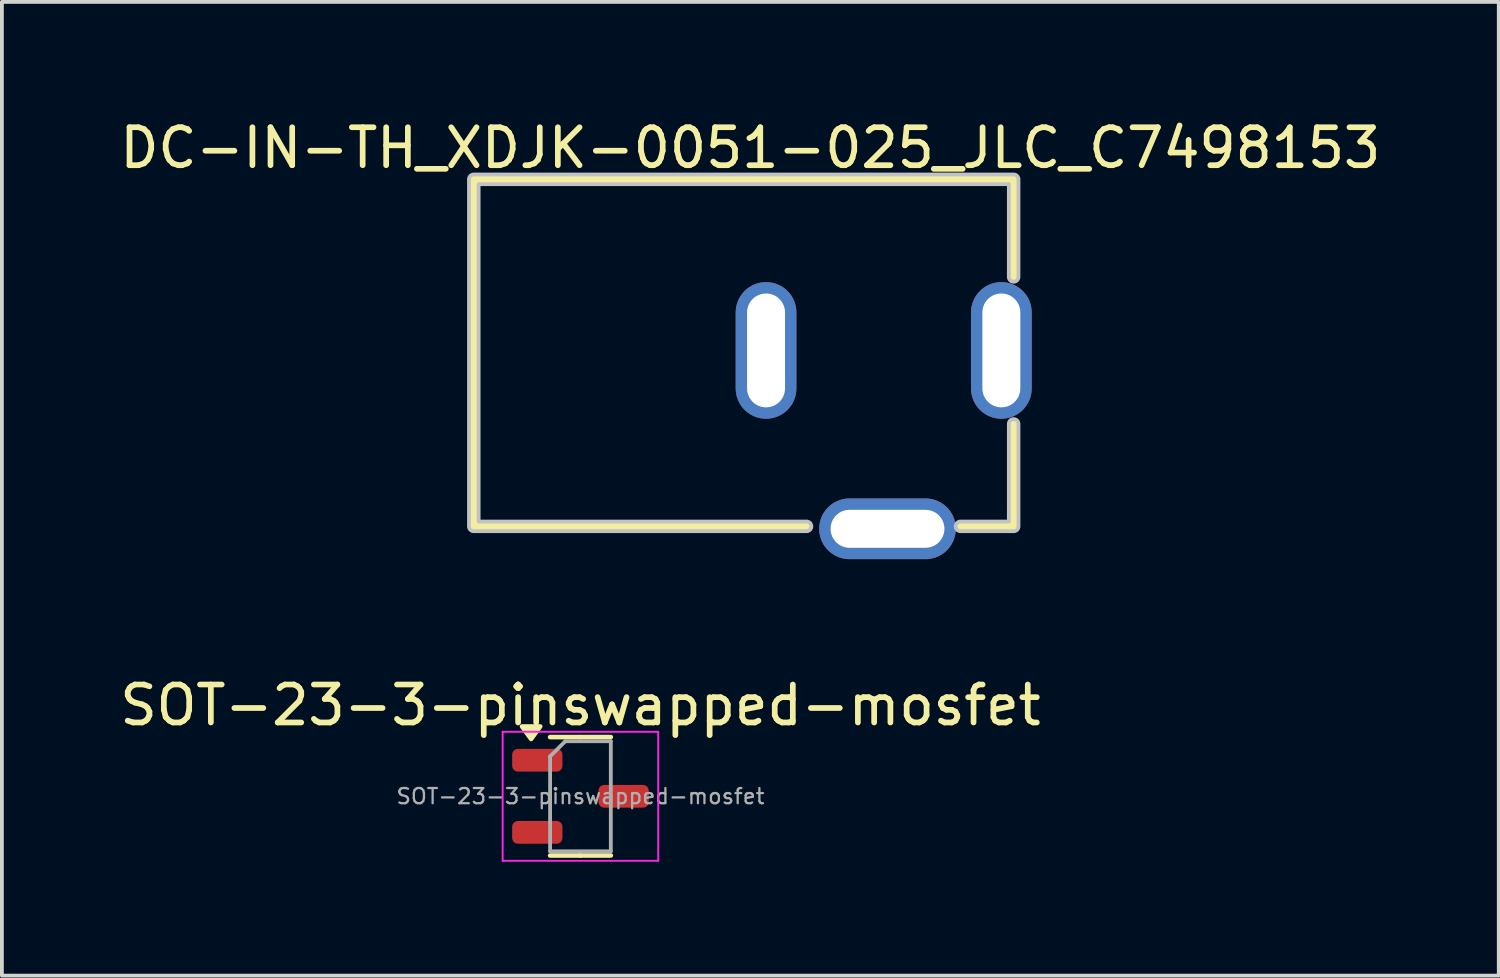
<source format=kicad_pcb>
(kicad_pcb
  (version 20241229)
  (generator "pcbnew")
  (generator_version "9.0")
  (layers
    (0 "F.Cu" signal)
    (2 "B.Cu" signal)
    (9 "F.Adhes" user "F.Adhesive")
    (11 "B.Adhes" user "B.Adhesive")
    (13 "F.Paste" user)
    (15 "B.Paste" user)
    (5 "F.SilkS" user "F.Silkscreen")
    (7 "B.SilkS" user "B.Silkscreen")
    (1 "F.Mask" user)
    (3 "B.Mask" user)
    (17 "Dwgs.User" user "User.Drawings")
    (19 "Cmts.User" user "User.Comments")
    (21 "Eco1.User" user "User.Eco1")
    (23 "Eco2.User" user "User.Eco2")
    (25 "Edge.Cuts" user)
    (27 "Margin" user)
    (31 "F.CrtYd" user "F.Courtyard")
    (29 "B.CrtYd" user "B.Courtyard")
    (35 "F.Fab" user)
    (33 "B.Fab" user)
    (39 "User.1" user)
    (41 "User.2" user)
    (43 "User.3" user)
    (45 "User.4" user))
  (footprint "SOT-23-3-pinswapped-mosfet"
    (layer "F.Cu")
    (at 12.244 17.931)
    (property "Reference" "SOT-23-3-pinswapped-mosfet" (at 0 -2.4 0) (layer "F.SilkS") (effects (font (size 1 1) (thickness 0.15))))
    (attr smd)
    (fp_line (start 0 -1.56) (end -0.8 -1.56) (stroke (width 0.12) (type solid)) (layer "F.SilkS"))
    (fp_line (start 0 -1.56) (end 0.8 -1.56) (stroke (width 0.12) (type solid)) (layer "F.SilkS"))
    (fp_line (start 0 1.56) (end -0.8 1.56) (stroke (width 0.12) (type solid)) (layer "F.SilkS"))
    (fp_line (start 0 1.56) (end 0.8 1.56) (stroke (width 0.12) (type solid)) (layer "F.SilkS"))
    (fp_poly (pts (xy -1.3 -1.51) (xy -1.54 -1.84) (xy -1.06 -1.84) (xy -1.3 -1.51)) (stroke (width 0.12) (type solid)) (fill yes) (layer "F.SilkS"))
    (fp_line (start -2.05 -1.7) (end -2.05 1.7) (stroke (width 0.05) (type solid)) (layer "F.CrtYd"))
    (fp_line (start -2.05 1.7) (end 2.05 1.7) (stroke (width 0.05) (type solid)) (layer "F.CrtYd"))
    (fp_line (start 2.05 -1.7) (end -2.05 -1.7) (stroke (width 0.05) (type solid)) (layer "F.CrtYd"))
    (fp_line (start 2.05 1.7) (end 2.05 -1.7) (stroke (width 0.05) (type solid)) (layer "F.CrtYd"))
    (fp_line (start -0.8 -1.05) (end -0.4 -1.45) (stroke (width 0.1) (type solid)) (layer "F.Fab"))
    (fp_line (start -0.8 1.45) (end -0.8 -1.05) (stroke (width 0.1) (type solid)) (layer "F.Fab"))
    (fp_line (start -0.4 -1.45) (end 0.8 -1.45) (stroke (width 0.1) (type solid)) (layer "F.Fab"))
    (fp_line (start 0.8 -1.45) (end 0.8 1.45) (stroke (width 0.1) (type solid)) (layer "F.Fab"))
    (fp_line (start 0.8 1.45) (end -0.8 1.45) (stroke (width 0.1) (type solid)) (layer "F.Fab"))
    (fp_text user "${REFERENCE}" (at 0 0 0) (layer "F.Fab") (effects (font (size 0.4 0.4) (thickness 0.06))))
    (pad "1" smd roundrect (at -1.137 -0.95) (size 1.325 0.6) (layers "F.Cu" "F.Mask" "F.Paste") (roundrect_rratio 0.25))
    (pad "2" smd roundrect (at 1.137 0) (size 1.325 0.6) (layers "F.Cu" "F.Mask" "F.Paste") (roundrect_rratio 0.25))
    (pad "3" smd roundrect (at -1.137 0.95) (size 1.325 0.6) (layers "F.Cu" "F.Mask" "F.Paste") (roundrect_rratio 0.25)))
  (footprint "DC-IN-TH_XDJK-0051-025_JLC_C7498153"
    (layer "F.Cu")
    (at 20.234 8.533)
    (property "Reference" "DC-IN-TH_XDJK-0051-025_JLC_C7498153" (at -3.514 -7.685 0) (layer "F.SilkS") (effects (font (size 1 1) (thickness 0.15))))
    (fp_line (start -10.8 -6.858) (end -10.8 2.286) (stroke (width 0.254) (type default)) (layer "F.SilkS"))
    (fp_line (start -10.8 2.286) (end -2.034 2.286) (stroke (width 0.254) (type default)) (layer "F.SilkS"))
    (fp_line (start 2.024 2.286) (end 3.424 2.286) (stroke (width 0.254) (type default)) (layer "F.SilkS"))
    (fp_line (start 3.424 -6.858) (end -10.8 -6.858) (stroke (width 0.254) (type default)) (layer "F.SilkS"))
    (fp_line (start 3.424 -4.287) (end 3.424 -6.858) (stroke (width 0.254) (type default)) (layer "F.SilkS"))
    (fp_line (start 3.424 2.286) (end 3.424 -0.412) (stroke (width 0.254) (type default)) (layer "F.SilkS"))
    (fp_poly (pts (arc (start 2.024 2.413) (mid 1.897 2.286) (end 2.024 2.159)) (xy 3.297 2.159) (arc (start 3.297 -0.4125) (mid 3.424 -0.5395) (end 3.551 -0.4125)) (arc (start 3.551 2.286) (mid 3.513803 2.375803) (end 3.424 2.413))) (stroke (width 0.1) (type default)) (fill no) (layer "Dwgs.User"))
    (fp_poly (pts (arc (start 3.551 -4.2875) (mid 3.424 -4.1605) (end 3.297 -4.2875)) (xy 3.297 -6.731) (xy -10.673 -6.731) (xy -10.673 2.159) (arc (start -2.034 2.159) (mid -1.907 2.286) (end -2.034 2.413)) (arc (start -10.8 2.413) (mid -10.889803 2.375803) (end -10.927 2.286)) (arc (start -10.927 -6.858) (mid -10.889803 -6.947803) (end -10.8 -6.985)) (arc (start 3.424 -6.985) (mid 3.513803 -6.947803) (end 3.551 -6.858))) (stroke (width 0.1) (type default)) (fill no) (layer "Dwgs.User"))
    (fp_poly (pts (xy -3.35 -3.6) (xy -2.85 -3.6) (xy -2.85 -1.1) (xy -3.35 -1.1)) (stroke (width 0.1) (type default)) (fill no) (layer "User.1"))
    (fp_poly (pts (xy -1.15 2.1) (xy 1.35 2.1) (xy 1.35 2.6) (xy -1.15 2.6)) (stroke (width 0.1) (type default)) (fill no) (layer "User.1"))
    (fp_poly (pts (xy 2.85 -3.6) (xy 3.35 -3.6) (xy 3.35 -1.1) (xy 2.85 -1.1)) (stroke (width 0.1) (type default)) (fill no) (layer "User.1"))
    (fp_line (start -10.705 -6.85) (end 3.395 -6.85) (stroke (width 0.051) (type default)) (layer "User.2"))
    (fp_line (start -10.705 2.15) (end -10.705 -6.85) (stroke (width 0.051) (type default)) (layer "User.2"))
    (fp_line (start 3.395 -6.85) (end 3.395 2.15) (stroke (width 0.051) (type default)) (layer "User.2"))
    (fp_line (start 3.395 2.15) (end -10.705 2.15) (stroke (width 0.051) (type default)) (layer "User.2"))
    (fp_poly (pts (xy -10.65 -6.873) (xy -10.682 -6.905) (xy -10.728 -6.905) (xy -10.76 -6.873) (xy -10.76 -6.827) (xy -10.728 -6.795) (xy -10.682 -6.795) (xy -10.65 -6.827)) (stroke (width 0.1) (type default)) (fill no) (layer "User.3"))
    (pad "1" thru_hole oval (at 3.1 -2.35) (size 1.6 3.6) (drill oval 1 3) (layers "*.Cu" "*.Mask"))
    (pad "2" thru_hole oval (at -3.1 -2.35 180) (size 1.6 3.6) (drill oval 1 3) (layers "*.Cu" "*.Mask"))
    (pad "3" thru_hole oval (at 0.1 2.35 180) (size 3.6 1.6) (drill oval 3 1) (layers "*.Cu" "*.Mask")))
  (gr_rect
    (start -3 -3)
    (end 36.44 22.657)
    (stroke (width 0.1) (type default))
    (fill no)
    (layer "Edge.Cuts")))
</source>
